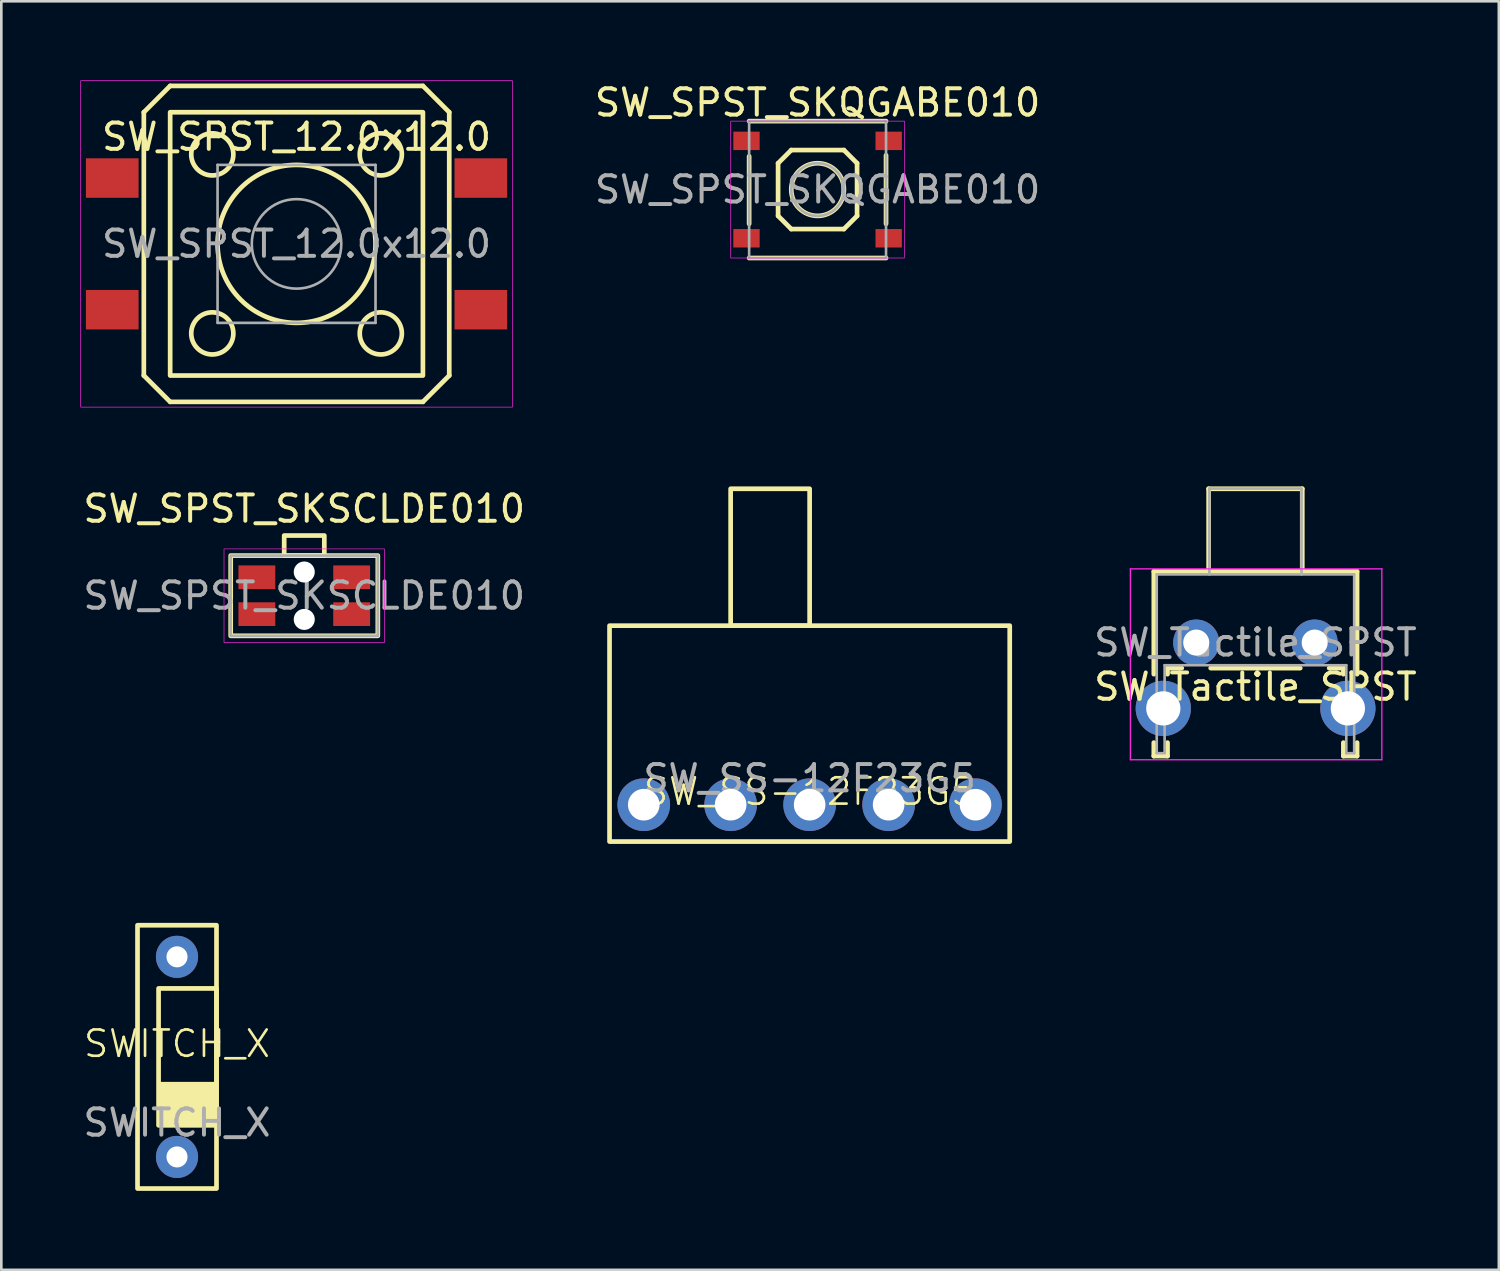
<source format=kicad_pcb>
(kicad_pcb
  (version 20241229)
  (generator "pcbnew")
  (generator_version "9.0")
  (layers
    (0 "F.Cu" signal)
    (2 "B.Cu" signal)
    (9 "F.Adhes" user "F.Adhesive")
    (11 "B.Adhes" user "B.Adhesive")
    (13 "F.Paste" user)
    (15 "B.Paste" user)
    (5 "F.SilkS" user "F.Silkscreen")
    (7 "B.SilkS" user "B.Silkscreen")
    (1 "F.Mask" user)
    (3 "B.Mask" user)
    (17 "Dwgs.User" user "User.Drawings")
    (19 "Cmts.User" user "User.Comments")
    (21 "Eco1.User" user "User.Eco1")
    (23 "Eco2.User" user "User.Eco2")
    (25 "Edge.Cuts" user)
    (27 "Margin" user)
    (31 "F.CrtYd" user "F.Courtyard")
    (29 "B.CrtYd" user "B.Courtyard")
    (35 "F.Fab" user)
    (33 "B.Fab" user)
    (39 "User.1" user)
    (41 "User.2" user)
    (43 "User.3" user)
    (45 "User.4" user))
  (footprint "SW_SPST_SKQGABE010"
    (layer "F.Cu")
    (at 28.003 4.15)
    (property "Reference" "SW_SPST_SKQGABE010" (at 0 -3.302 0) (layer "F.SilkS") (effects (font (size 1 1) (thickness 0.15))))
    (attr smd)
    (fp_line (start -2.6 -1.262) (end -2.6 1.3) (stroke (width 0.178) (type solid)) (layer "F.SilkS"))
    (fp_line (start -2.6 2.6) (end 2.6 2.6) (stroke (width 0.178) (type solid)) (layer "F.SilkS"))
    (fp_line (start -1.5 -1) (end -1.5 1) (stroke (width 0.178) (type solid)) (layer "F.SilkS"))
    (fp_line (start -1.5 1) (end -1 1.5) (stroke (width 0.178) (type solid)) (layer "F.SilkS"))
    (fp_line (start -1 -1.5) (end -1.5 -1) (stroke (width 0.178) (type solid)) (layer "F.SilkS"))
    (fp_line (start -1 1.5) (end 1 1.5) (stroke (width 0.178) (type solid)) (layer "F.SilkS"))
    (fp_line (start 1 -1.5) (end -1 -1.5) (stroke (width 0.178) (type solid)) (layer "F.SilkS"))
    (fp_line (start 1 1.5) (end 1.5 1) (stroke (width 0.178) (type solid)) (layer "F.SilkS"))
    (fp_line (start 1.5 -1) (end 1 -1.5) (stroke (width 0.178) (type solid)) (layer "F.SilkS"))
    (fp_line (start 1.5 1) (end 1.5 -1) (stroke (width 0.178) (type solid)) (layer "F.SilkS"))
    (fp_line (start 2.6 -2.6) (end -2.6 -2.6) (stroke (width 0.178) (type solid)) (layer "F.SilkS"))
    (fp_line (start 2.6 -1.3) (end 2.6 1.3) (stroke (width 0.178) (type solid)) (layer "F.SilkS"))
    (fp_circle (center 0 0) (end 1 0) (stroke (width 0.178) (type solid)) (fill no) (layer "F.SilkS"))
    (fp_rect (start -3.3 -2.6) (end 3.3 2.6) (stroke (width 0.025) (type solid)) (fill no) (layer "F.CrtYd"))
    (fp_rect (start -2.6 2.6) (end 2.6 -2.6) (stroke (width 0.1) (type default)) (fill no) (layer "F.Fab"))
    (fp_circle (center 0 0) (end 1 0) (stroke (width 0.1) (type solid)) (fill no) (layer "F.Fab"))
    (fp_text user "${REFERENCE}" (at 0 0 0) (layer "F.Fab") (effects (font (size 1 1) (thickness 0.15))))
    (pad "1" smd rect (at -2.7 -1.85) (size 1 0.7) (layers "F.Cu" "F.Mask" "F.Paste"))
    (pad "2" smd rect (at 2.7 -1.85) (size 1 0.7) (layers "F.Cu" "F.Mask" "F.Paste"))
    (pad "3" smd rect (at -2.7 1.85) (size 1 0.7) (layers "F.Cu" "F.Mask" "F.Paste"))
    (pad "4" smd rect (at 2.7 1.85) (size 1 0.7) (layers "F.Cu" "F.Mask" "F.Paste")))
  (footprint "SW_SS-12F23G5"
    (layer "F.Cu")
    (at 27.701 27.514)
    (property "Reference" "SW_SS-12F23G5" (at 0 -0.5 0) (unlocked yes) (layer "F.SilkS") (effects (font (size 1 1) (thickness 0.1))))
    (attr through_hole)
    (fp_rect (start -7.6 -6.8) (end 7.6 1.4) (stroke (width 0.178) (type default)) (fill no) (layer "F.SilkS"))
    (fp_rect (start -3 -12) (end 0 -6.8) (stroke (width 0.178) (type default)) (fill no) (layer "F.SilkS"))
    (fp_text user "${REFERENCE}" (at 0 -1 0) (unlocked yes) (layer "F.Fab") (effects (font (size 1 1) (thickness 0.15))))
    (pad "1" thru_hole circle (at -3 0) (size 2 2) (drill 1.2) (layers "*.Cu" "*.Mask"))
    (pad "2" thru_hole circle (at 0 0) (size 2 2) (drill 1.2) (layers "*.Cu" "*.Mask"))
    (pad "3" thru_hole circle (at 3 0) (size 2 2) (drill 1.2) (layers "*.Cu" "*.Mask"))
    (pad "SH" thru_hole circle (at -6.3 0) (size 2 2) (drill 1.2) (layers "*.Cu" "*.Mask"))
    (pad "SH" thru_hole circle (at 6.3 0) (size 2 2) (drill 1.2) (layers "*.Cu" "*.Mask")))
  (footprint "SWITCH_X"
    (layer "F.Cu")
    (at 3.673 37.092)
    (property "Reference" "SWITCH_X" (at 0 -0.5 0) (unlocked yes) (layer "F.SilkS") (effects (font (size 1 1) (thickness 0.1))))
    (attr through_hole)
    (fp_rect (start -1.5 -5) (end 1.5 5) (stroke (width 0.178) (type solid)) (fill no) (layer "F.SilkS"))
    (fp_rect (start -0.7 -2.6) (end 1.5 2.6) (stroke (width 0.178) (type solid)) (fill no) (layer "F.SilkS"))
    (fp_rect (start -0.7 1) (end 1.5 2.6) (stroke (width 0.1) (type solid)) (fill yes) (layer "F.SilkS"))
    (fp_text user "${REFERENCE}" (at 0 2.5 0) (unlocked yes) (layer "F.Fab") (effects (font (size 1 1) (thickness 0.15))))
    (pad "1" thru_hole circle (at 0 -3.8) (size 1.6 1.6) (drill 0.8) (layers "*.Cu" "*.Mask"))
    (pad "2" thru_hole circle (at 0 3.8) (size 1.6 1.6) (drill 0.8) (layers "*.Cu" "*.Mask")))
  (footprint "SW_SPST_12.0x12.0"
    (layer "F.Cu")
    (at 8.213 6.213)
    (property "Reference" "SW_SPST_12.0x12.0" (at 0 -4.064 0) (layer "F.SilkS") (effects (font (size 1 1) (thickness 0.15))))
    (attr smd)
    (fp_line (start -5.8 -5) (end -5.8 5) (stroke (width 0.178) (type solid)) (layer "F.SilkS"))
    (fp_line (start -5.8 5) (end -4.8 6) (stroke (width 0.178) (type solid)) (layer "F.SilkS"))
    (fp_line (start -4.8 -6) (end -5.8 -5) (stroke (width 0.178) (type solid)) (layer "F.SilkS"))
    (fp_line (start -4.8 6) (end 4.8 6) (stroke (width 0.178) (type solid)) (layer "F.SilkS"))
    (fp_line (start 4.8 -6) (end -4.8 -6) (stroke (width 0.178) (type solid)) (layer "F.SilkS"))
    (fp_line (start 4.8 6) (end 5.8 5) (stroke (width 0.178) (type solid)) (layer "F.SilkS"))
    (fp_line (start 5.8 -5) (end 4.8 -6) (stroke (width 0.178) (type solid)) (layer "F.SilkS"))
    (fp_line (start 5.8 -5) (end 5.8 5) (stroke (width 0.178) (type solid)) (layer "F.SilkS"))
    (fp_rect (start -4.8 -5) (end 4.8 5) (stroke (width 0.178) (type solid)) (fill no) (layer "F.SilkS"))
    (fp_circle (center -3.2 -3.4) (end -2.4 -3.4) (stroke (width 0.178) (type solid)) (fill no) (layer "F.SilkS"))
    (fp_circle (center -3.2 3.4) (end -2.4 3.4) (stroke (width 0.178) (type solid)) (fill no) (layer "F.SilkS"))
    (fp_circle (center 0 0) (end 3 0) (stroke (width 0.178) (type solid)) (fill no) (layer "F.SilkS"))
    (fp_circle (center 3.2 -3.4) (end 4 -3.4) (stroke (width 0.178) (type solid)) (fill no) (layer "F.SilkS"))
    (fp_circle (center 3.2 3.4) (end 4 3.4) (stroke (width 0.178) (type solid)) (fill no) (layer "F.SilkS"))
    (fp_rect (start -8.2 -6.2) (end 8.2 6.2) (stroke (width 0.025) (type solid)) (fill no) (layer "F.CrtYd"))
    (fp_line (start -3 -3) (end 3 -3) (stroke (width 0.1) (type solid)) (layer "F.Fab"))
    (fp_line (start -3 3) (end -3 -3) (stroke (width 0.1) (type solid)) (layer "F.Fab"))
    (fp_line (start 3 -3) (end 3 3) (stroke (width 0.1) (type solid)) (layer "F.Fab"))
    (fp_line (start 3 3) (end -3 3) (stroke (width 0.1) (type solid)) (layer "F.Fab"))
    (fp_circle (center 0 0) (end 1.7 0) (stroke (width 0.1) (type solid)) (fill no) (layer "F.Fab"))
    (fp_text user "${REFERENCE}" (at 0 0 0) (layer "F.Fab") (effects (font (size 1 1) (thickness 0.15))))
    (pad "1" smd rect (at -7 -2.5) (size 2 1.5) (layers "F.Cu" "F.Mask" "F.Paste"))
    (pad "1" smd rect (at 7 -2.5) (size 2 1.5) (layers "F.Cu" "F.Mask" "F.Paste"))
    (pad "2" smd rect (at -7 2.5) (size 2 1.5) (layers "F.Cu" "F.Mask" "F.Paste"))
    (pad "2" smd rect (at 7 2.5) (size 2 1.5) (layers "F.Cu" "F.Mask" "F.Paste")))
  (footprint "SW_Tactile_SPST"
    (layer "F.Cu")
    (at 44.634 21.356)
    (property "Reference" "SW_Tactile_SPST" (at 0 1.68 0) (layer "F.SilkS") (effects (font (size 1 1) (thickness 0.15))))
    (attr through_hole)
    (fp_line (start -3.86 -2.7) (end -3.86 1.2) (stroke (width 0.178) (type solid)) (layer "F.SilkS"))
    (fp_line (start -3.86 -2.7) (end 3.86 -2.7) (stroke (width 0.178) (type solid)) (layer "F.SilkS"))
    (fp_line (start -3.86 3.8) (end -3.86 4.31) (stroke (width 0.178) (type solid)) (layer "F.SilkS"))
    (fp_line (start -3.86 4.31) (end -3.34 4.31) (stroke (width 0.178) (type solid)) (layer "F.SilkS"))
    (fp_line (start -3.34 0.97) (end -3.34 1.2) (stroke (width 0.178) (type solid)) (layer "F.SilkS"))
    (fp_line (start -3.34 0.97) (end -2.8 0.97) (stroke (width 0.178) (type solid)) (layer "F.SilkS"))
    (fp_line (start -3.34 3.8) (end -3.34 4.31) (stroke (width 0.178) (type solid)) (layer "F.SilkS"))
    (fp_line (start -1.778 -5.842) (end 1.778 -5.842) (stroke (width 0.178) (type solid)) (layer "F.SilkS"))
    (fp_line (start -1.778 -2.794) (end -1.778 -5.842) (stroke (width 0.178) (type solid)) (layer "F.SilkS"))
    (fp_line (start -1.7 0.97) (end 1.7 0.97) (stroke (width 0.178) (type solid)) (layer "F.SilkS"))
    (fp_line (start 1.778 -5.842) (end 1.778 -2.794) (stroke (width 0.178) (type solid)) (layer "F.SilkS"))
    (fp_line (start 2.8 0.97) (end 3.34 0.97) (stroke (width 0.178) (type solid)) (layer "F.SilkS"))
    (fp_line (start 3.34 0.97) (end 3.34 1.2) (stroke (width 0.178) (type solid)) (layer "F.SilkS"))
    (fp_line (start 3.34 3.8) (end 3.34 4.31) (stroke (width 0.178) (type solid)) (layer "F.SilkS"))
    (fp_line (start 3.34 4.31) (end 3.86 4.31) (stroke (width 0.178) (type solid)) (layer "F.SilkS"))
    (fp_line (start 3.86 -2.7) (end 3.86 1.2) (stroke (width 0.178) (type solid)) (layer "F.SilkS"))
    (fp_line (start 3.86 3.8) (end 3.86 4.31) (stroke (width 0.178) (type solid)) (layer "F.SilkS"))
    (fp_line (start -4.75 -2.8) (end 4.8 -2.8) (stroke (width 0.05) (type solid)) (layer "F.CrtYd"))
    (fp_line (start -4.75 4.45) (end -4.75 -2.8) (stroke (width 0.05) (type solid)) (layer "F.CrtYd"))
    (fp_line (start 4.8 -2.8) (end 4.8 4.45) (stroke (width 0.05) (type solid)) (layer "F.CrtYd"))
    (fp_line (start 4.8 4.45) (end -4.75 4.45) (stroke (width 0.05) (type solid)) (layer "F.CrtYd"))
    (fp_line (start -3.75 -2.59) (end 3.75 -2.59) (stroke (width 0.1) (type solid)) (layer "F.Fab"))
    (fp_line (start -3.75 4.2) (end -3.75 -2.59) (stroke (width 0.1) (type solid)) (layer "F.Fab"))
    (fp_line (start -3.75 4.2) (end -3.45 4.2) (stroke (width 0.1) (type solid)) (layer "F.Fab"))
    (fp_line (start -3.45 0.86) (end 3.45 0.86) (stroke (width 0.1) (type solid)) (layer "F.Fab"))
    (fp_line (start -3.45 4.2) (end -3.45 0.86) (stroke (width 0.1) (type solid)) (layer "F.Fab"))
    (fp_line (start -1.75 -5.85) (end -1.75 -2.59) (stroke (width 0.1) (type solid)) (layer "F.Fab"))
    (fp_line (start -1.75 -5.85) (end 1.75 -5.85) (stroke (width 0.1) (type solid)) (layer "F.Fab"))
    (fp_line (start 1.75 -5.85) (end 1.75 -2.59) (stroke (width 0.1) (type solid)) (layer "F.Fab"))
    (fp_line (start 3.45 4.2) (end 3.45 0.86) (stroke (width 0.1) (type solid)) (layer "F.Fab"))
    (fp_line (start 3.45 4.2) (end 3.75 4.2) (stroke (width 0.1) (type solid)) (layer "F.Fab"))
    (fp_line (start 3.75 4.2) (end 3.75 -2.59) (stroke (width 0.1) (type solid)) (layer "F.Fab"))
    (fp_text user "${REFERENCE}" (at 0 0 0) (layer "F.Fab") (effects (font (size 1 1) (thickness 0.15))))
    (pad "" thru_hole circle (at -3.5 2.5) (size 2.1 2.1) (drill 1.3) (layers "*.Cu" "*.Mask"))
    (pad "" thru_hole circle (at 3.51 2.5) (size 2.1 2.1) (drill 1.3) (layers "*.Cu" "*.Mask"))
    (pad "1" thru_hole circle (at -2.25 0) (size 1.75 1.75) (drill 0.99) (layers "*.Cu" "*.Mask"))
    (pad "2" thru_hole circle (at 2.25 0) (size 1.75 1.75) (drill 0.99) (layers "*.Cu" "*.Mask")))
  (footprint "SW_SPST_SKSCLDE010"
    (layer "F.Cu")
    (at 8.506 19.576)
    (property "Reference" "SW_SPST_SKSCLDE010" (at 0 -3.302 0) (unlocked yes) (layer "F.SilkS") (effects (font (size 1 1) (thickness 0.15))))
    (attr smd)
    (fp_rect (start -2.794 -1.524) (end 2.794 1.524) (stroke (width 0.178) (type solid)) (fill no) (layer "F.SilkS"))
    (fp_rect (start -0.762 -2.286) (end 0.762 -1.524) (stroke (width 0.178) (type solid)) (fill no) (layer "F.SilkS"))
    (fp_rect (start -3.048 1.778) (end 3.048 -1.778) (stroke (width 0.025) (type solid)) (fill no) (layer "F.CrtYd"))
    (fp_rect (start -2.794 -1.524) (end 2.794 1.524) (stroke (width 0.1) (type solid)) (fill no) (layer "F.Fab"))
    (fp_text user "${REFERENCE}" (at 0 0 0) (unlocked yes) (layer "F.Fab") (effects (font (size 1 1) (thickness 0.15))))
    (pad "" np_thru_hole circle (at 0 -0.9) (size 0.8 0.8) (drill 0.8) (layers "*.Cu" "*.Mask"))
    (pad "" np_thru_hole circle (at 0 0.9) (size 0.8 0.8) (drill 0.8) (layers "*.Cu" "*.Mask"))
    (pad "1" smd rect (at -1.8 -0.7) (size 1.4 0.9) (layers "F.Cu" "F.Mask" "F.Paste"))
    (pad "2" smd rect (at -1.8 0.7) (size 1.4 0.9) (layers "F.Cu" "F.Mask" "F.Paste"))
    (pad "3" smd rect (at 1.8 -0.7) (size 1.4 0.9) (layers "F.Cu" "F.Mask" "F.Paste"))
    (pad "4" smd rect (at 1.8 0.7) (size 1.4 0.9) (layers "F.Cu" "F.Mask" "F.Paste")))
  (gr_rect
    (start -3 -3)
    (end 53.878 45.181)
    (stroke (width 0.1) (type default))
    (fill no)
    (layer "Edge.Cuts")))
</source>
